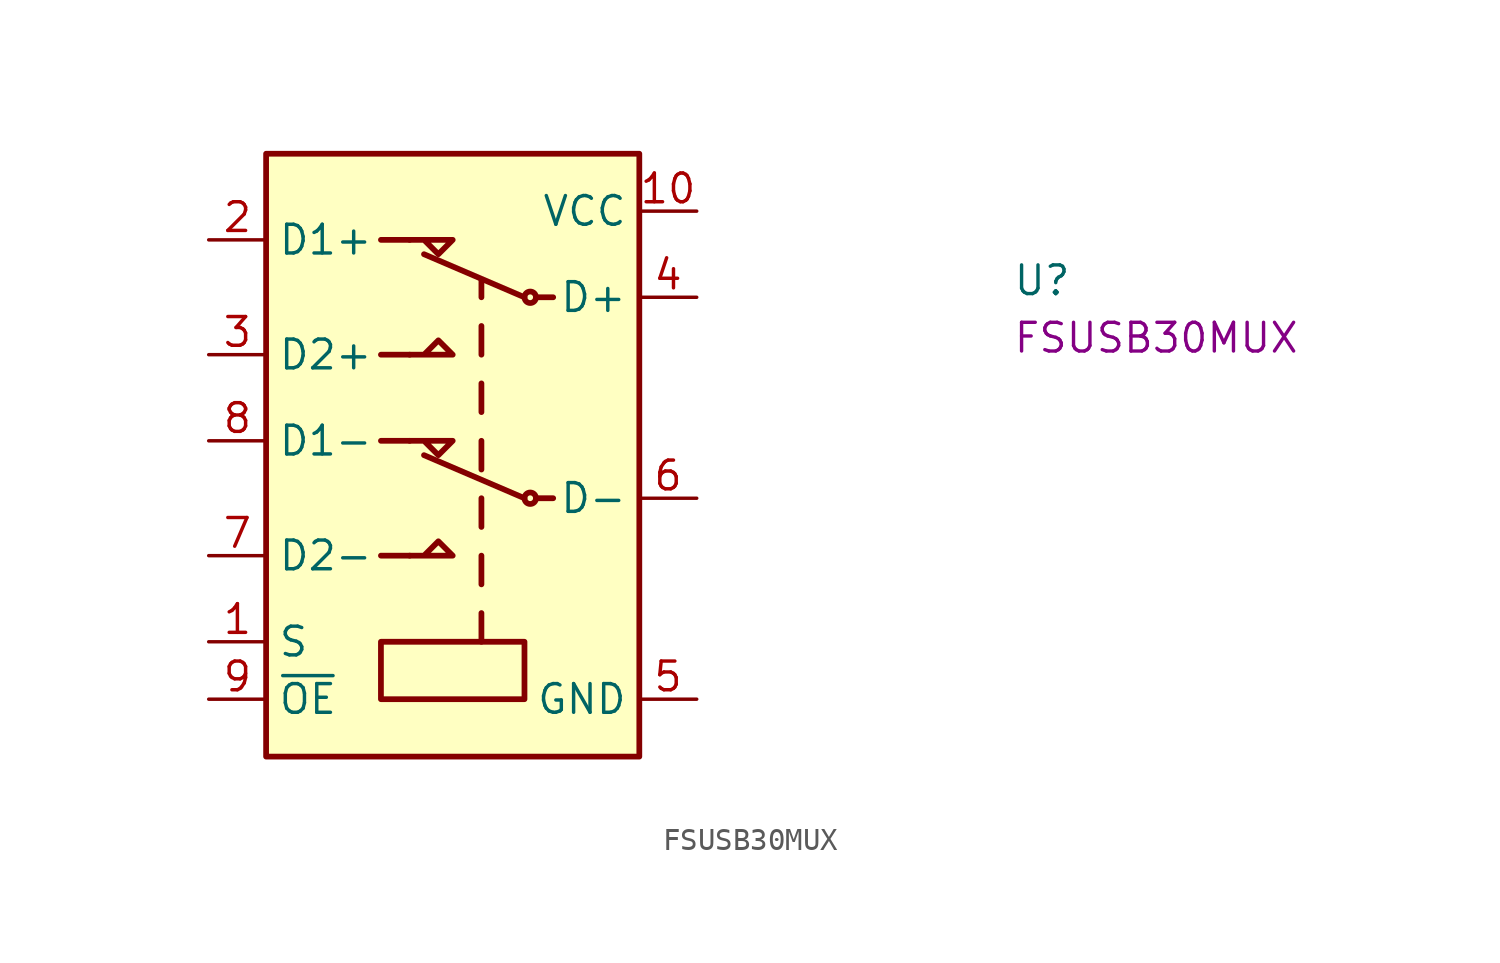
<source format=kicad_sym>
(kicad_symbol_lib
  (version 20220914)
  (generator kicad_symbol_editor)
  (symbol "FSUSB30MUX"
    (property "Reference" "U"
      (at 35.56 -2.54 0)
      (effects (font (size 1.27 1.27) (thickness 0.15)) (justify left bottom)))
    (property "MPN" "FSUSB30MUX"
      (at 35.56 -5.08 0)
      (effects (font (size 1.27 1.27) (thickness 0.15)) (justify left bottom)))
    (symbol "FSUSB30MUX_1_1"
      (polyline (pts (xy 7.62 -13.97) (xy 8.89 -13.97)) (stroke (width 0.254) (type default)) (fill (type background)))
      (polyline (pts (xy 7.62 -5.08) (xy 8.89 -5.08)) (stroke (width 0.254) (type default)) (fill (type background)))
      (polyline (pts (xy 8.89 -8.89) (xy 7.62 -8.89)) (stroke (width 0.254) (type default)) (fill (type background)))
      (polyline (pts (xy 8.89 0) (xy 7.62 0)) (stroke (width 0.254) (type default)) (fill (type background)))
      (polyline (pts (xy 9.525 -9.525) (xy 13.97 -11.43)) (stroke (width 0.254) (type default)) (fill (type background)))
      (polyline (pts (xy 9.525 -0.635) (xy 13.97 -2.54)) (stroke (width 0.254) (type default)) (fill (type background)))
      (polyline (pts (xy 12.065 -17.78) (xy 12.065 -16.51)) (stroke (width 0.254) (type default)) (fill (type background)))
      (polyline (pts (xy 12.065 -15.24) (xy 12.065 -13.97)) (stroke (width 0.254) (type default)) (fill (type background)))
      (polyline (pts (xy 12.065 -12.7) (xy 12.065 -11.43)) (stroke (width 0.254) (type default)) (fill (type background)))
      (polyline (pts (xy 12.065 -10.16) (xy 12.065 -8.89)) (stroke (width 0.254) (type default)) (fill (type background)))
      (polyline (pts (xy 12.065 -7.62) (xy 12.065 -6.35)) (stroke (width 0.254) (type default)) (fill (type background)))
      (polyline (pts (xy 12.065 -5.08) (xy 12.065 -3.81)) (stroke (width 0.254) (type default)) (fill (type background)))
      (polyline (pts (xy 12.065 -2.54) (xy 12.065 -1.778)) (stroke (width 0.254) (type default)) (fill (type background)))
      (polyline (pts (xy 14.478 -11.43) (xy 15.24 -11.43)) (stroke (width 0.254) (type default)) (fill (type background)))
      (polyline (pts (xy 14.478 -2.54) (xy 15.24 -2.54)) (stroke (width 0.254) (type default)) (fill (type background)))
      (polyline (pts (xy 8.89 -13.97) (xy 10.795 -13.97) (xy 10.16 -13.335) (xy 9.525 -13.97)) (stroke (width 0.254) (type default)) (fill (type background)))
      (polyline (pts (xy 8.89 -8.89) (xy 10.795 -8.89) (xy 10.16 -9.525) (xy 9.525 -8.89)) (stroke (width 0.254) (type default)) (fill (type background)))
      (polyline (pts (xy 8.89 -5.08) (xy 10.795 -5.08) (xy 10.16 -4.445) (xy 9.525 -5.08)) (stroke (width 0.254) (type default)) (fill (type background)))
      (polyline (pts (xy 8.89 0) (xy 10.795 0) (xy 10.16 -0.635) (xy 9.525 0)) (stroke (width 0.254) (type default)) (fill (type background)))
      (rectangle (start 2.54 3.81) (end 19.05 -22.86) (stroke (width 0.254) (type default)) (fill (type background)))
      (rectangle (start 7.62 -17.78) (end 13.97 -20.32) (stroke (width 0.254) (type default)) (fill (type background)))
      (circle (center 14.224 -11.43) (radius 0.254) (stroke (width 0.254) (type default)) (fill (type background)))
      (circle (center 14.224 -2.54) (radius 0.254) (stroke (width 0.254) (type default)) (fill (type background)))
      (pin input line (at 0 -17.78 0) (length 2.54) (name "S" (effects (font (size 1.27 1.27)))) (number "1" (effects (font (size 1.27 1.27)))))
      (pin power_in line (at 21.59 1.27 180) (length 2.54) (name "VCC" (effects (font (size 1.27 1.27)))) (number "10" (effects (font (size 1.27 1.27)))))
      (pin bidirectional line (at 0 0 0) (length 2.54) (name "D1+" (effects (font (size 1.27 1.27)))) (number "2" (effects (font (size 1.27 1.27)))))
      (pin bidirectional line (at 0 -5.08 0) (length 2.54) (name "D2+" (effects (font (size 1.27 1.27)))) (number "3" (effects (font (size 1.27 1.27)))))
      (pin bidirectional line (at 21.59 -2.54 180) (length 2.54) (name "D+" (effects (font (size 1.27 1.27)))) (number "4" (effects (font (size 1.27 1.27)))))
      (pin power_in line (at 21.59 -20.32 180) (length 2.54) (name "GND" (effects (font (size 1.27 1.27)))) (number "5" (effects (font (size 1.27 1.27)))))
      (pin bidirectional line (at 21.59 -11.43 180) (length 2.54) (name "D-" (effects (font (size 1.27 1.27)))) (number "6" (effects (font (size 1.27 1.27)))))
      (pin bidirectional line (at 0 -13.97 0) (length 2.54) (name "D2-" (effects (font (size 1.27 1.27)))) (number "7" (effects (font (size 1.27 1.27)))))
      (pin bidirectional line (at 0 -8.89 0) (length 2.54) (name "D1-" (effects (font (size 1.27 1.27)))) (number "8" (effects (font (size 1.27 1.27)))))
      (pin input line (at 0 -20.32 0) (length 2.54) (name "~{OE}" (effects (font (size 1.27 1.27)))) (number "9" (effects (font (size 1.27 1.27))))))))
</source>
